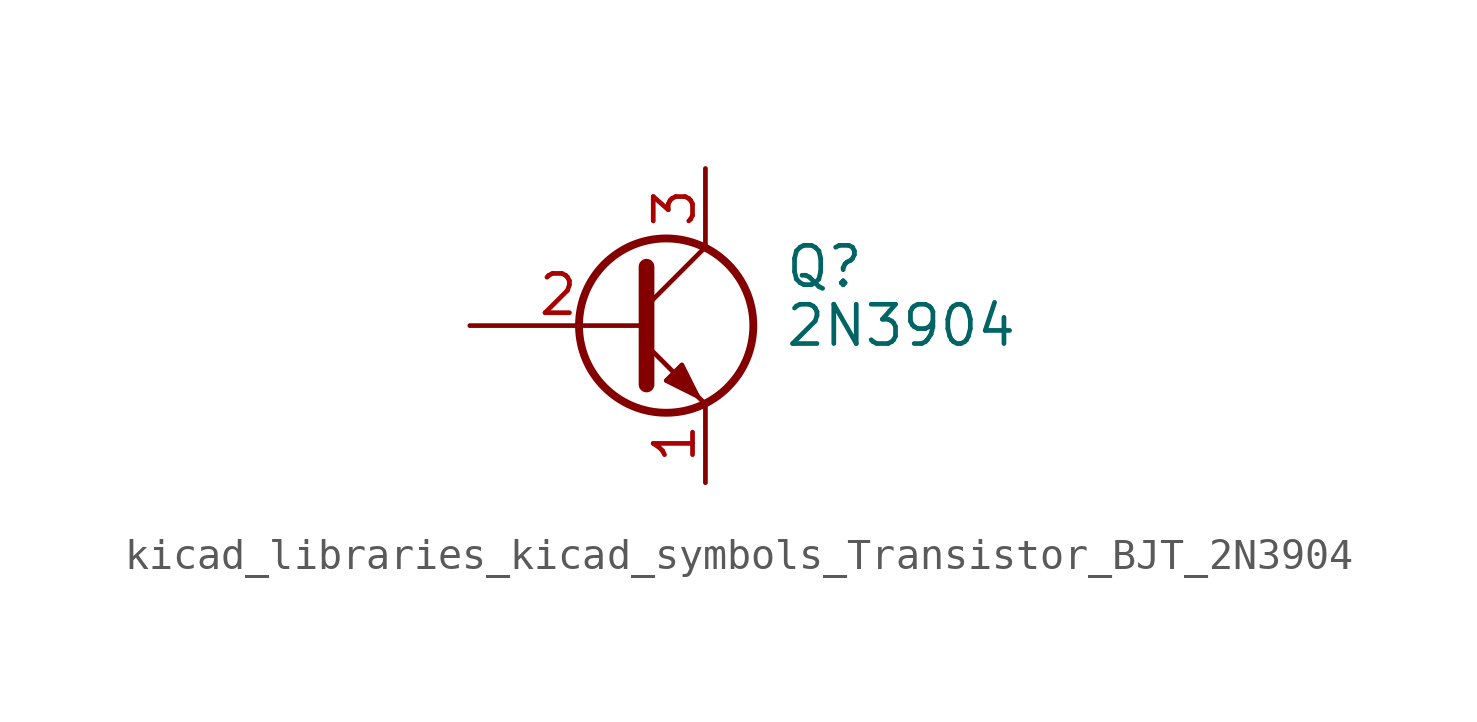
<source format=kicad_sym>
(kicad_symbol_lib
  (version 20220914)
  (generator kicad_symbol_editor)
  (symbol "kicad_libraries_kicad_symbols_Transistor_BJT_2N3904"
    (pin_names
      (offset 0) hide)
    (property "Reference" "Q"
      (at 5.08 1.905 0)
      (effects (font (size 1.27 1.27)) (justify left)))
    (property "Value" "2N3904"
      (at 5.08 0 0)
      (effects (font (size 1.27 1.27)) (justify left)))
    (symbol "kicad_libraries_kicad_symbols_Transistor_BJT_2N3904_0_1"
      (polyline (pts (xy 0.635 0.635) (xy 2.54 2.54)) (stroke (width 0) (type default)) (fill (type none)))
      (polyline (pts (xy 0.635 -0.635) (xy 2.54 -2.54) (xy 2.54 -2.54)) (stroke (width 0) (type default)) (fill (type none)))
      (polyline (pts (xy 0.635 1.905) (xy 0.635 -1.905) (xy 0.635 -1.905)) (stroke (width 0.508) (type default)) (fill (type none)))
      (polyline (pts (xy 1.27 -1.778) (xy 1.778 -1.27) (xy 2.286 -2.286) (xy 1.27 -1.778) (xy 1.27 -1.778)) (stroke (width 0) (type default)) (fill (type outline)))
      (circle (center 1.27 0) (radius 2.819) (stroke (width 0.254) (type default)) (fill (type none))))
    (symbol "kicad_libraries_kicad_symbols_Transistor_BJT_2N3904_1_1"
      (pin passive line (at 2.54 -5.08 90) (length 2.54) (name "E" (effects (font (size 1.27 1.27)))) (number "1" (effects (font (size 1.27 1.27)))))
      (pin passive line (at -5.08 0 0) (length 5.715) (name "B" (effects (font (size 1.27 1.27)))) (number "2" (effects (font (size 1.27 1.27)))))
      (pin passive line (at 2.54 5.08 270) (length 2.54) (name "C" (effects (font (size 1.27 1.27)))) (number "3" (effects (font (size 1.27 1.27))))))))
</source>
